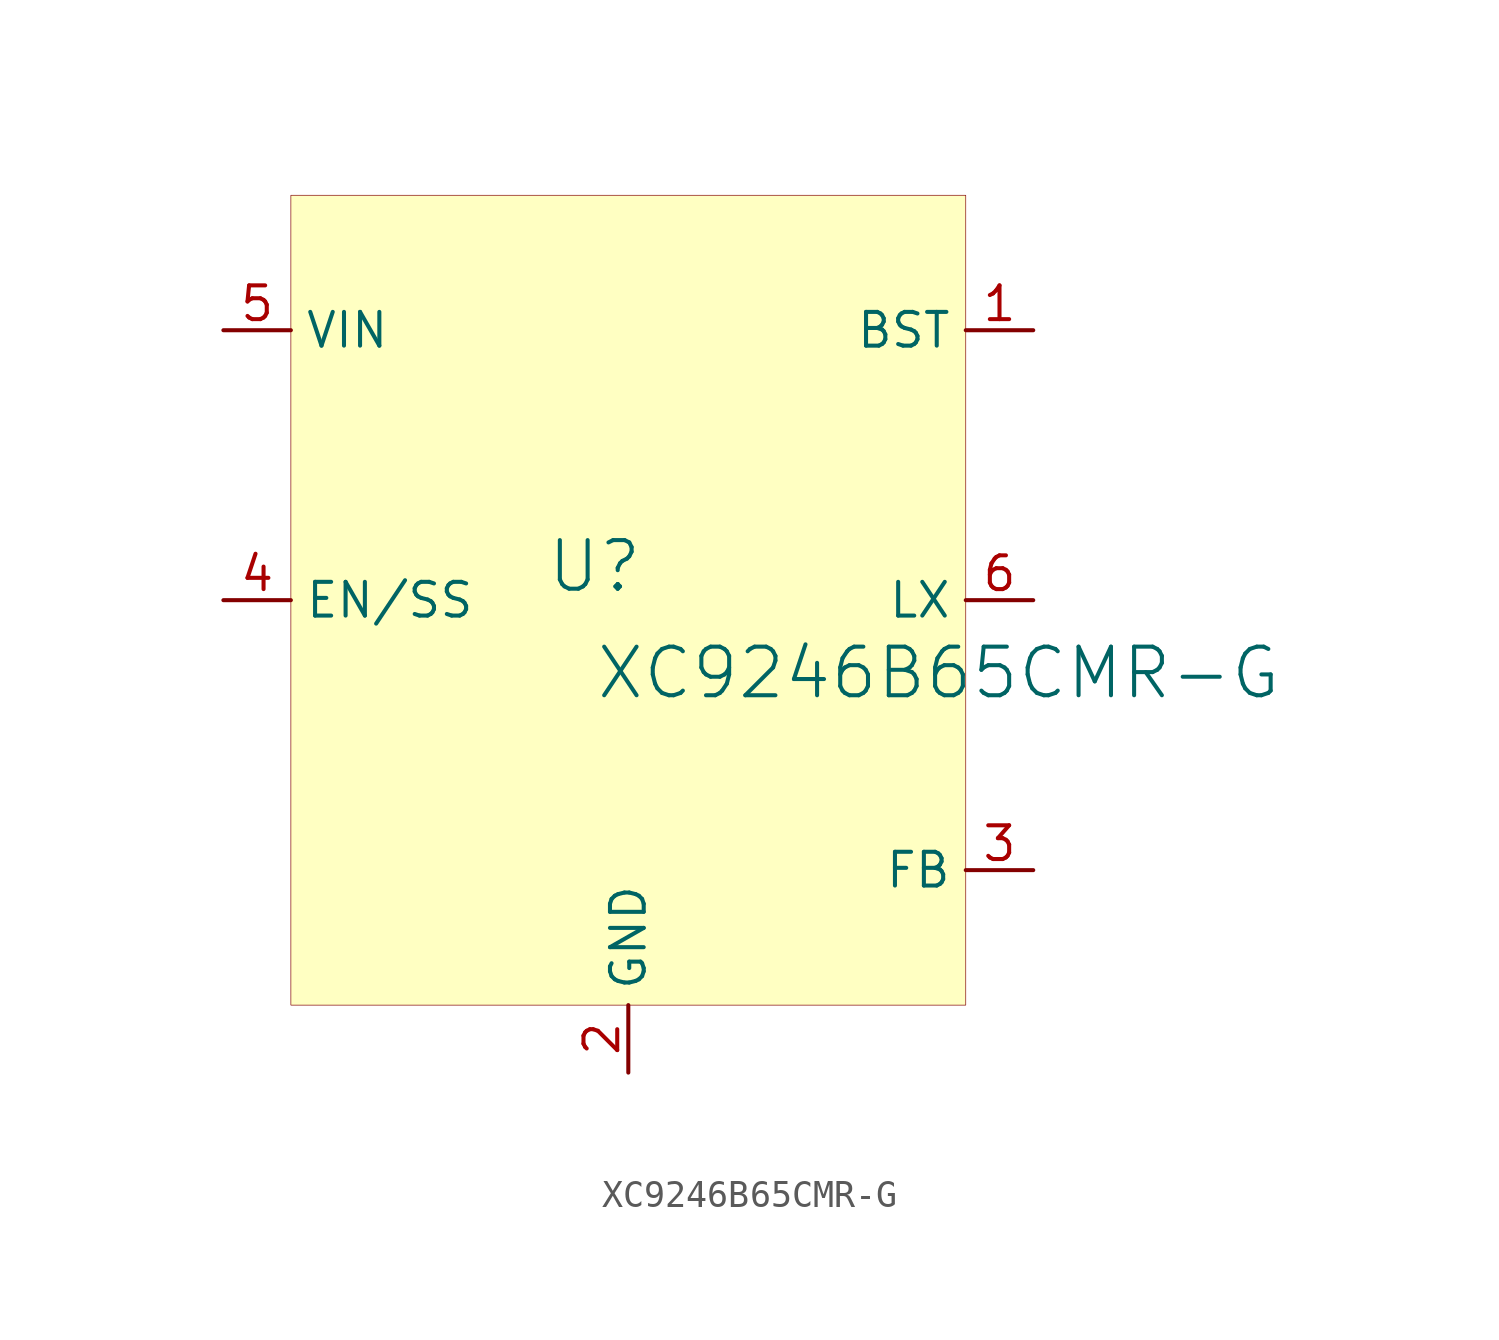
<source format=kicad_sym>
(kicad_symbol_lib
  (version 20231120)
  (generator "kicad_symbol_editor")
  (generator_version "8.0")
  (symbol "XC9246B65CMR-G"
    (property "Reference" "U"
      (at -1.27 1.27 0)
      (effects (font (size 1.829 1.829))))
    (property "Value" "XC9246B65CMR-G"
      (at -1.27 -3.81 0)
      (effects (font (size 1.829 1.829)) (justify left bottom)))
    (symbol "XC9246B65CMR-G_1_0"
      (rectangle (start 12.7 15.24) (end -12.7 -15.24) (stroke (width 0.025) (type solid) (color 128 0 0 1)) (fill (type background)))
      (pin output line (at 15.24 10.16 180) (length 2.54) (name "BST" (effects (font (size 1.27 1.27)))) (number "1" (effects (font (size 1.27 1.27)))))
      (pin power_in line (at 0 -17.78 90) (length 2.54) (name "GND" (effects (font (size 1.27 1.27)))) (number "2" (effects (font (size 1.27 1.27)))))
      (pin input line (at 15.24 -10.16 180) (length 2.54) (name "FB" (effects (font (size 1.27 1.27)))) (number "3" (effects (font (size 1.27 1.27)))))
      (pin input line (at -15.24 0 0) (length 2.54) (name "EN/SS" (effects (font (size 1.27 1.27)))) (number "4" (effects (font (size 1.27 1.27)))))
      (pin power_in line (at -15.24 10.16 0) (length 2.54) (name "VIN" (effects (font (size 1.27 1.27)))) (number "5" (effects (font (size 1.27 1.27)))))
      (pin power_in line (at 15.24 0 180) (length 2.54) (name "LX" (effects (font (size 1.27 1.27)))) (number "6" (effects (font (size 1.27 1.27))))))))
</source>
